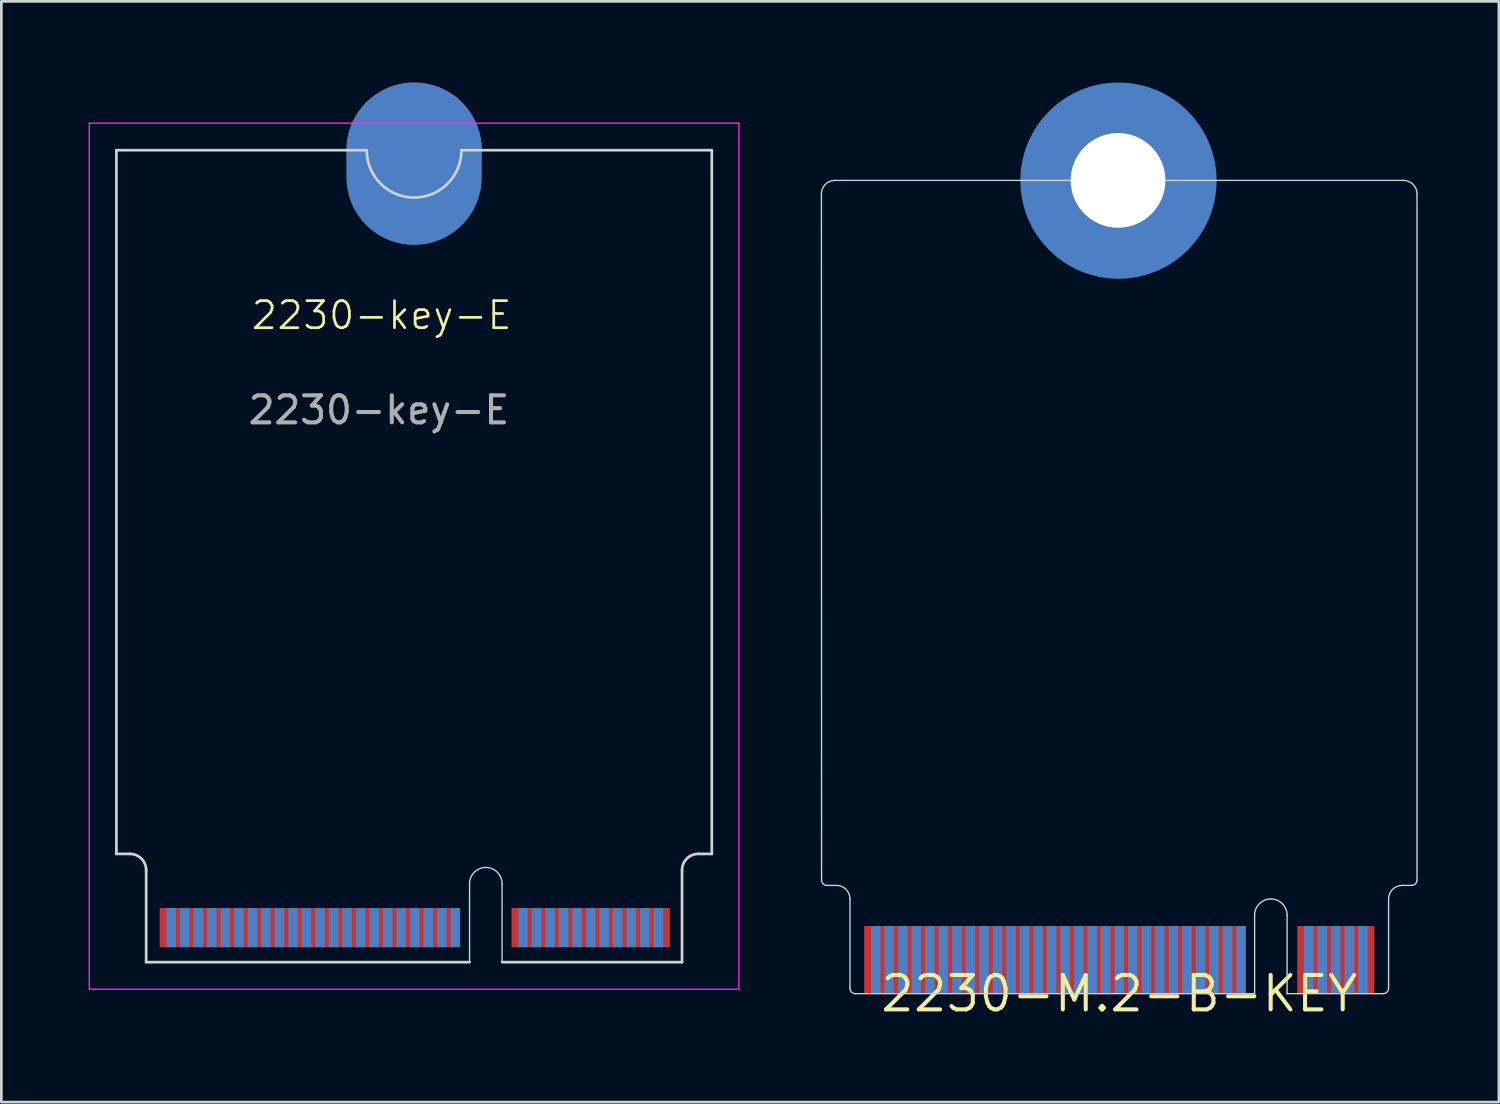
<source format=kicad_pcb>
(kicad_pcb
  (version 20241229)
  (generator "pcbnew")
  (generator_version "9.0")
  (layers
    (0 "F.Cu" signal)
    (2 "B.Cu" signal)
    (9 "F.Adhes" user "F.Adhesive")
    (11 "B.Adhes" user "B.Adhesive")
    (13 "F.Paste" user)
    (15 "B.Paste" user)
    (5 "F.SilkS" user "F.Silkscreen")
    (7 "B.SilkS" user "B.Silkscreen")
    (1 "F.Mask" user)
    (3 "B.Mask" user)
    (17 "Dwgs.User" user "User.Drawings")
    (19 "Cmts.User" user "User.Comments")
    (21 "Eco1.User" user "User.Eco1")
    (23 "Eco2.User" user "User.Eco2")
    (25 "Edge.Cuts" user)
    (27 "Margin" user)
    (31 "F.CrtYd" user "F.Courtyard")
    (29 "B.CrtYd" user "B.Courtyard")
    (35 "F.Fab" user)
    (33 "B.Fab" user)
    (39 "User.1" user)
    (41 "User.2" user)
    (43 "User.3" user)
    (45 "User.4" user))
  (footprint "2230-M.2-B-KEY"
    (layer "F.Cu")
    (at 38.306 33.665)
    (property "Reference" "2230-M.2-B-KEY" (at 0 0 0) (layer "F.SilkS") (effects (font (size 1.27 1.27) (thickness 0.15))))
    (fp_circle (center -0.03 -30.04) (end 2.97 -30.04) (stroke (width 1.25) (type solid)) (fill no) (layer "B.Cu"))
    (fp_line (start -11.006 -29.55) (end -11 -4.2) (stroke (width 0.05) (type solid)) (layer "Edge.Cuts"))
    (fp_line (start -10.8 -4) (end -10.45 -4) (stroke (width 0.05) (type solid)) (layer "Edge.Cuts"))
    (fp_line (start -10.5 -30.05) (end -10.506 -30.05) (stroke (width 0.05) (type default)) (layer "Edge.Cuts"))
    (fp_line (start -9.95 -3.5) (end -9.95 -0.2) (stroke (width 0.05) (type solid)) (layer "Edge.Cuts"))
    (fp_line (start -9.75 0) (end 5 0) (stroke (width 0.05) (type solid)) (layer "Edge.Cuts"))
    (fp_line (start 5 -2.9) (end 5 0) (stroke (width 0.05) (type solid)) (layer "Edge.Cuts"))
    (fp_line (start 6.2 -2.9) (end 6.2 0) (stroke (width 0.05) (type solid)) (layer "Edge.Cuts"))
    (fp_line (start 6.2 0) (end 9.75 0) (stroke (width 0.05) (type solid)) (layer "Edge.Cuts"))
    (fp_line (start 9.95 -0.2) (end 9.95 -3.5) (stroke (width 0.05) (type solid)) (layer "Edge.Cuts"))
    (fp_line (start 10.45 -4) (end 10.8 -4) (stroke (width 0.05) (type solid)) (layer "Edge.Cuts"))
    (fp_line (start 10.5 -30.05) (end -10.5 -30.05) (stroke (width 0.05) (type solid)) (layer "Edge.Cuts"))
    (fp_line (start 10.5 -30.05) (end 10.5 -30.05) (stroke (width 0.05) (type default)) (layer "Edge.Cuts"))
    (fp_line (start 11 -4.2) (end 11 -29.55) (stroke (width 0.05) (type solid)) (layer "Edge.Cuts"))
    (fp_arc (start -11.006444 -29.549872) (mid -10.86 -29.903553) (end -10.506447 -30.05) (stroke (width 0.05) (type solid)) (layer "Edge.Cuts"))
    (fp_arc (start -10.800001 -4) (mid -10.941421 -4.058579) (end -10.999997 -4.199949) (stroke (width 0.05) (type solid)) (layer "Edge.Cuts"))
    (fp_arc (start -10.450001 -4) (mid -10.096447 -3.853553) (end -9.95 -3.499999) (stroke (width 0.05) (type solid)) (layer "Edge.Cuts"))
    (fp_arc (start -9.749998 0) (mid -9.891421 -0.058579) (end -9.95 -0.200001) (stroke (width 0.05) (type solid)) (layer "Edge.Cuts"))
    (fp_arc (start 5 -2.9) (mid 5.175736 -3.324264) (end 5.6 -3.5) (stroke (width 0.05) (type solid)) (layer "Edge.Cuts"))
    (fp_arc (start 5.6 -3.5) (mid 6.024264 -3.324264) (end 6.2 -2.9) (stroke (width 0.05) (type solid)) (layer "Edge.Cuts"))
    (fp_arc (start 9.95 -3.5) (mid 10.096447 -3.853553) (end 10.45 -4) (stroke (width 0.05) (type solid)) (layer "Edge.Cuts"))
    (fp_arc (start 9.95 -0.2) (mid 9.891421 -0.058579) (end 9.75 0) (stroke (width 0.05) (type solid)) (layer "Edge.Cuts"))
    (fp_arc (start 10.5 -30.05) (mid 10.853553 -29.903553) (end 11 -29.55) (stroke (width 0.05) (type solid)) (layer "Edge.Cuts"))
    (fp_arc (start 11 -4.2) (mid 10.941421 -4.058579) (end 10.8 -4) (stroke (width 0.05) (type solid)) (layer "Edge.Cuts"))
    (pad "MOUNTING-HOLE" thru_hole circle (at -0.046 -30.05) (size 5.5 5.5) (drill 3.5) (layers "*.Cu" "*.Mask"))
    (pad "P$1" smd rect (at 9.25 -1.25) (size 0.35 2.5) (layers "F.Cu" "F.Mask" "F.Paste"))
    (pad "P$2" smd rect (at 9 -1.25) (size 0.35 2.5) (layers "B.Cu" "B.Mask" "B.Paste"))
    (pad "P$3" smd rect (at 8.75 -1.25) (size 0.35 2.5) (layers "F.Cu" "F.Mask" "F.Paste"))
    (pad "P$4" smd rect (at 8.5 -1.25) (size 0.35 2.5) (layers "B.Cu" "B.Mask" "B.Paste"))
    (pad "P$5" smd rect (at 8.25 -1.25) (size 0.35 2.5) (layers "F.Cu" "F.Mask" "F.Paste"))
    (pad "P$6" smd rect (at 8 -1.25) (size 0.35 2.5) (layers "B.Cu" "B.Mask" "B.Paste"))
    (pad "P$7" smd rect (at 7.75 -1.25) (size 0.35 2.5) (layers "F.Cu" "F.Mask" "F.Paste"))
    (pad "P$8" smd rect (at 7.5 -1.25) (size 0.35 2.5) (layers "B.Cu" "B.Mask" "B.Paste"))
    (pad "P$9" smd rect (at 7.25 -1.25) (size 0.35 2.5) (layers "F.Cu" "F.Mask" "F.Paste"))
    (pad "P$10" smd rect (at 7 -1.25) (size 0.35 2.5) (layers "B.Cu" "B.Mask" "B.Paste"))
    (pad "P$11" smd rect (at 6.75 -1.25) (size 0.35 2.5) (layers "F.Cu" "F.Mask" "F.Paste"))
    (pad "P$20" smd rect (at 4.5 -1.25) (size 0.35 2.5) (layers "B.Cu" "B.Mask" "B.Paste"))
    (pad "P$21" smd rect (at 4.25 -1.25) (size 0.35 2.5) (layers "F.Cu" "F.Mask" "F.Paste"))
    (pad "P$22" smd rect (at 4 -1.25) (size 0.35 2.5) (layers "B.Cu" "B.Mask" "B.Paste"))
    (pad "P$23" smd rect (at 3.75 -1.25) (size 0.35 2.5) (layers "F.Cu" "F.Mask" "F.Paste"))
    (pad "P$24" smd rect (at 3.5 -1.25) (size 0.35 2.5) (layers "B.Cu" "B.Mask" "B.Paste"))
    (pad "P$25" smd rect (at 3.25 -1.25) (size 0.35 2.5) (layers "F.Cu" "F.Mask" "F.Paste"))
    (pad "P$26" smd rect (at 3 -1.25) (size 0.35 2.5) (layers "B.Cu" "B.Mask" "B.Paste"))
    (pad "P$27" smd rect (at 2.75 -1.25) (size 0.35 2.5) (layers "F.Cu" "F.Mask" "F.Paste"))
    (pad "P$28" smd rect (at 2.5 -1.25) (size 0.35 2.5) (layers "B.Cu" "B.Mask" "B.Paste"))
    (pad "P$29" smd rect (at 2.25 -1.25) (size 0.35 2.5) (layers "F.Cu" "F.Mask" "F.Paste"))
    (pad "P$30" smd rect (at 2 -1.25) (size 0.35 2.5) (layers "B.Cu" "B.Mask" "B.Paste"))
    (pad "P$31" smd rect (at 1.75 -1.25) (size 0.35 2.5) (layers "F.Cu" "F.Mask" "F.Paste"))
    (pad "P$32" smd rect (at 1.5 -1.25) (size 0.35 2.5) (layers "B.Cu" "B.Mask" "B.Paste"))
    (pad "P$33" smd rect (at 1.25 -1.25) (size 0.35 2.5) (layers "F.Cu" "F.Mask" "F.Paste"))
    (pad "P$34" smd rect (at 1 -1.25) (size 0.35 2.5) (layers "B.Cu" "B.Mask" "B.Paste"))
    (pad "P$35" smd rect (at 0.75 -1.25) (size 0.35 2.5) (layers "F.Cu" "F.Mask" "F.Paste"))
    (pad "P$36" smd rect (at 0.5 -1.25) (size 0.35 2.5) (layers "B.Cu" "B.Mask" "B.Paste"))
    (pad "P$37" smd rect (at 0.25 -1.25) (size 0.35 2.5) (layers "F.Cu" "F.Mask" "F.Paste"))
    (pad "P$38" smd rect (at 0 -1.25) (size 0.35 2.5) (layers "B.Cu" "B.Mask" "B.Paste"))
    (pad "P$39" smd rect (at -0.25 -1.25) (size 0.35 2.5) (layers "F.Cu" "F.Mask" "F.Paste"))
    (pad "P$40" smd rect (at -0.5 -1.25) (size 0.35 2.5) (layers "B.Cu" "B.Mask" "B.Paste"))
    (pad "P$41" smd rect (at -0.75 -1.25) (size 0.35 2.5) (layers "F.Cu" "F.Mask" "F.Paste"))
    (pad "P$42" smd rect (at -1 -1.25) (size 0.35 2.5) (layers "B.Cu" "B.Mask" "B.Paste"))
    (pad "P$43" smd rect (at -1.25 -1.25) (size 0.35 2.5) (layers "F.Cu" "F.Mask" "F.Paste"))
    (pad "P$44" smd rect (at -1.5 -1.25) (size 0.35 2.5) (layers "B.Cu" "B.Mask" "B.Paste"))
    (pad "P$45" smd rect (at -1.75 -1.25) (size 0.35 2.5) (layers "F.Cu" "F.Mask" "F.Paste"))
    (pad "P$46" smd rect (at -2 -1.25) (size 0.35 2.5) (layers "B.Cu" "B.Mask" "B.Paste"))
    (pad "P$47" smd rect (at -2.25 -1.25) (size 0.35 2.5) (layers "F.Cu" "F.Mask" "F.Paste"))
    (pad "P$48" smd rect (at -2.5 -1.25) (size 0.35 2.5) (layers "B.Cu" "B.Mask" "B.Paste"))
    (pad "P$49" smd rect (at -2.75 -1.25) (size 0.35 2.5) (layers "F.Cu" "F.Mask" "F.Paste"))
    (pad "P$50" smd rect (at -3 -1.25) (size 0.35 2.5) (layers "B.Cu" "B.Mask" "B.Paste"))
    (pad "P$51" smd rect (at -3.25 -1.25) (size 0.35 2.5) (layers "F.Cu" "F.Mask" "F.Paste"))
    (pad "P$52" smd rect (at -3.5 -1.25) (size 0.35 2.5) (layers "B.Cu" "B.Mask" "B.Paste"))
    (pad "P$53" smd rect (at -3.75 -1.25) (size 0.35 2.5) (layers "F.Cu" "F.Mask" "F.Paste"))
    (pad "P$54" smd rect (at -4 -1.25) (size 0.35 2.5) (layers "B.Cu" "B.Mask" "B.Paste"))
    (pad "P$55" smd rect (at -4.25 -1.25) (size 0.35 2.5) (layers "F.Cu" "F.Mask" "F.Paste"))
    (pad "P$56" smd rect (at -4.5 -1.25) (size 0.35 2.5) (layers "B.Cu" "B.Mask" "B.Paste"))
    (pad "P$57" smd rect (at -4.75 -1.25) (size 0.35 2.5) (layers "F.Cu" "F.Mask" "F.Paste"))
    (pad "P$58" smd rect (at -5 -1.25) (size 0.35 2.5) (layers "B.Cu" "B.Mask" "B.Paste"))
    (pad "P$59" smd rect (at -5.25 -1.25) (size 0.35 2.5) (layers "F.Cu" "F.Mask" "F.Paste"))
    (pad "P$60" smd rect (at -5.5 -1.25) (size 0.35 2.5) (layers "B.Cu" "B.Mask" "B.Paste"))
    (pad "P$61" smd rect (at -5.75 -1.25) (size 0.35 2.5) (layers "F.Cu" "F.Mask" "F.Paste"))
    (pad "P$62" smd rect (at -6 -1.25) (size 0.35 2.5) (layers "B.Cu" "B.Mask" "B.Paste"))
    (pad "P$63" smd rect (at -6.25 -1.25) (size 0.35 2.5) (layers "F.Cu" "F.Mask" "F.Paste"))
    (pad "P$64" smd rect (at -6.5 -1.25) (size 0.35 2.5) (layers "B.Cu" "B.Mask" "B.Paste"))
    (pad "P$65" smd rect (at -6.75 -1.25) (size 0.35 2.5) (layers "F.Cu" "F.Mask" "F.Paste"))
    (pad "P$66" smd rect (at -7 -1.25) (size 0.35 2.5) (layers "B.Cu" "B.Mask" "B.Paste"))
    (pad "P$67" smd rect (at -7.25 -1.25) (size 0.35 2.5) (layers "F.Cu" "F.Mask" "F.Paste"))
    (pad "P$68" smd rect (at -7.5 -1.25) (size 0.35 2.5) (layers "B.Cu" "B.Mask" "B.Paste"))
    (pad "P$69" smd rect (at -7.75 -1.25) (size 0.35 2.5) (layers "F.Cu" "F.Mask" "F.Paste"))
    (pad "P$70" smd rect (at -8 -1.25) (size 0.35 2.5) (layers "B.Cu" "B.Mask" "B.Paste"))
    (pad "P$71" smd rect (at -8.25 -1.25) (size 0.35 2.5) (layers "F.Cu" "F.Mask" "F.Paste"))
    (pad "P$72" smd rect (at -8.5 -1.25) (size 0.35 2.5) (layers "B.Cu" "B.Mask" "B.Paste"))
    (pad "P$73" smd rect (at -8.75 -1.25) (size 0.35 2.5) (layers "F.Cu" "F.Mask" "F.Paste"))
    (pad "P$74" smd rect (at -9 -1.25) (size 0.35 2.5) (layers "B.Cu" "B.Mask" "B.Paste"))
    (pad "P$75" smd rect (at -9.25 -1.25) (size 0.35 2.5) (layers "F.Cu" "F.Mask" "F.Paste")))
  (footprint "2230-key-E"
    (layer "F.Cu")
    (at 0.25 1.5)
    (property "Reference" "2230-key-E" (at 10.8 7.1 0) (unlocked yes) (layer "F.SilkS") (effects (font (size 1 1) (thickness 0.1))))
    (attr smd)
    (fp_line (start 1 1) (end 1 27) (stroke (width 0.1) (type default)) (layer "Edge.Cuts"))
    (fp_line (start 1 1) (end 10.25 1) (stroke (width 0.1) (type default)) (layer "Edge.Cuts"))
    (fp_line (start 1 27) (end 1.5 27) (stroke (width 0.1) (type default)) (layer "Edge.Cuts"))
    (fp_line (start 2.1 27.6) (end 2.1 31) (stroke (width 0.1) (type default)) (layer "Edge.Cuts"))
    (fp_line (start 2.1 31) (end 14.05 31) (stroke (width 0.1) (type default)) (layer "Edge.Cuts"))
    (fp_line (start 14.05 31) (end 14.05 28.1) (stroke (width 0.05) (type default)) (layer "Edge.Cuts"))
    (fp_line (start 15.25 28.1) (end 15.25 31) (stroke (width 0.05) (type default)) (layer "Edge.Cuts"))
    (fp_line (start 15.25 31) (end 21.9 31) (stroke (width 0.1) (type default)) (layer "Edge.Cuts"))
    (fp_line (start 21.9 27.6) (end 21.9 31) (stroke (width 0.1) (type default)) (layer "Edge.Cuts"))
    (fp_line (start 23 1) (end 13.75 1) (stroke (width 0.1) (type default)) (layer "Edge.Cuts"))
    (fp_line (start 23 1) (end 23 27) (stroke (width 0.1) (type default)) (layer "Edge.Cuts"))
    (fp_line (start 23 27) (end 22.5 27) (stroke (width 0.1) (type default)) (layer "Edge.Cuts"))
    (fp_arc (start 1.5 27) (mid 1.924264 27.175736) (end 2.1 27.6) (stroke (width 0.1) (type default)) (layer "Edge.Cuts"))
    (fp_arc (start 13.75 1) (mid 12 2.75) (end 10.25 1) (stroke (width 0.1) (type default)) (layer "Edge.Cuts"))
    (fp_arc (start 14.05 28.1) (mid 14.65 27.5) (end 15.25 28.1) (stroke (width 0.05) (type default)) (layer "Edge.Cuts"))
    (fp_arc (start 21.9 27.6) (mid 22.075736 27.175736) (end 22.5 27) (stroke (width 0.1) (type default)) (layer "Edge.Cuts"))
    (fp_line (start 0 0) (end 0 32) (stroke (width 0.05) (type default)) (layer "F.CrtYd"))
    (fp_line (start 0 32) (end 24 32) (stroke (width 0.05) (type default)) (layer "F.CrtYd"))
    (fp_line (start 24 0) (end 0 0) (stroke (width 0.05) (type default)) (layer "F.CrtYd"))
    (fp_line (start 24 32) (end 24 0) (stroke (width 0.05) (type default)) (layer "F.CrtYd"))
    (fp_text user "${REFERENCE}" (at 10.7 10.6 0) (unlocked yes) (layer "F.Fab") (effects (font (size 1 1) (thickness 0.15))))
    (pad "1" connect rect (at 21.275 29.725) (size 0.35 1.45) (layers "F.Cu" "F.Mask"))
    (pad "2" connect rect (at 21.025 29.725) (size 0.35 1.45) (layers "B.Cu" "B.Mask"))
    (pad "3" connect rect (at 20.775 29.725) (size 0.35 1.45) (layers "F.Cu" "F.Mask"))
    (pad "4" connect rect (at 20.525 29.725) (size 0.35 1.45) (layers "B.Cu" "B.Mask"))
    (pad "5" connect rect (at 20.275 29.725) (size 0.35 1.45) (layers "F.Cu" "F.Mask"))
    (pad "6" connect rect (at 20.025 29.725) (size 0.35 1.45) (layers "B.Cu" "B.Mask"))
    (pad "7" connect rect (at 19.775 29.725) (size 0.35 1.45) (layers "F.Cu" "F.Mask"))
    (pad "8" connect rect (at 19.525 29.725) (size 0.35 1.45) (layers "B.Cu" "B.Mask"))
    (pad "9" connect rect (at 19.275 29.725) (size 0.35 1.45) (layers "F.Cu" "F.Mask"))
    (pad "10" connect rect (at 19.025 29.725) (size 0.35 1.45) (layers "B.Cu" "B.Mask"))
    (pad "11" connect rect (at 18.775 29.725) (size 0.35 1.45) (layers "F.Cu" "F.Mask"))
    (pad "12" connect rect (at 18.525 29.725) (size 0.35 1.45) (layers "B.Cu" "B.Mask"))
    (pad "13" connect rect (at 18.275 29.725) (size 0.35 1.45) (layers "F.Cu" "F.Mask"))
    (pad "14" connect rect (at 18.025 29.725) (size 0.35 1.45) (layers "B.Cu" "B.Mask"))
    (pad "15" connect rect (at 17.775 29.725) (size 0.35 1.45) (layers "F.Cu" "F.Mask"))
    (pad "16" connect rect (at 17.525 29.725) (size 0.35 1.45) (layers "B.Cu" "B.Mask"))
    (pad "17" connect rect (at 17.275 29.725) (size 0.35 1.45) (layers "F.Cu" "F.Mask"))
    (pad "18" connect rect (at 17.025 29.725) (size 0.35 1.45) (layers "B.Cu" "B.Mask"))
    (pad "19" connect rect (at 16.775 29.725) (size 0.35 1.45) (layers "F.Cu" "F.Mask"))
    (pad "20" connect rect (at 16.525 29.725) (size 0.35 1.45) (layers "B.Cu" "B.Mask"))
    (pad "21" connect rect (at 16.275 29.725) (size 0.35 1.45) (layers "F.Cu" "F.Mask"))
    (pad "22" connect rect (at 16.025 29.725) (size 0.35 1.45) (layers "B.Cu" "B.Mask"))
    (pad "23" connect rect (at 15.775 29.725) (size 0.35 1.45) (layers "F.Cu" "F.Mask"))
    (pad "32" connect rect (at 13.525 29.725) (size 0.35 1.45) (layers "B.Cu" "B.Mask"))
    (pad "33" connect rect (at 13.275 29.725) (size 0.35 1.45) (layers "F.Cu" "F.Mask"))
    (pad "34" connect rect (at 13.025 29.725) (size 0.35 1.45) (layers "B.Cu" "B.Mask"))
    (pad "35" connect rect (at 12.775 29.725) (size 0.35 1.45) (layers "F.Cu" "F.Mask"))
    (pad "36" connect rect (at 12.525 29.725) (size 0.35 1.45) (layers "B.Cu" "B.Mask"))
    (pad "37" connect rect (at 12.275 29.725) (size 0.35 1.45) (layers "F.Cu" "F.Mask"))
    (pad "38" connect rect (at 12.025 29.725) (size 0.35 1.45) (layers "B.Cu" "B.Mask"))
    (pad "39" connect rect (at 11.775 29.725) (size 0.35 1.45) (layers "F.Cu" "F.Mask"))
    (pad "40" connect rect (at 11.525 29.725) (size 0.35 1.45) (layers "B.Cu" "B.Mask"))
    (pad "41" connect rect (at 11.275 29.725) (size 0.35 1.45) (layers "F.Cu" "F.Mask"))
    (pad "42" connect rect (at 11.025 29.725) (size 0.35 1.45) (layers "B.Cu" "B.Mask"))
    (pad "43" connect rect (at 10.775 29.725) (size 0.35 1.45) (layers "F.Cu" "F.Mask"))
    (pad "44" connect rect (at 10.525 29.725) (size 0.35 1.45) (layers "B.Cu" "B.Mask"))
    (pad "45" connect rect (at 10.275 29.725) (size 0.35 1.45) (layers "F.Cu" "F.Mask"))
    (pad "46" connect rect (at 10.025 29.725) (size 0.35 1.45) (layers "B.Cu" "B.Mask"))
    (pad "47" connect rect (at 9.775 29.725) (size 0.35 1.45) (layers "F.Cu" "F.Mask"))
    (pad "48" connect rect (at 9.525 29.725) (size 0.35 1.45) (layers "B.Cu" "B.Mask"))
    (pad "49" connect rect (at 9.275 29.725) (size 0.35 1.45) (layers "F.Cu" "F.Mask"))
    (pad "50" connect rect (at 9.025 29.725) (size 0.35 1.45) (layers "B.Cu" "B.Mask"))
    (pad "51" connect rect (at 8.775 29.725) (size 0.35 1.45) (layers "F.Cu" "F.Mask"))
    (pad "52" connect rect (at 8.525 29.725) (size 0.35 1.45) (layers "B.Cu" "B.Mask"))
    (pad "53" connect rect (at 8.275 29.725) (size 0.35 1.45) (layers "F.Cu" "F.Mask"))
    (pad "54" connect rect (at 8.025 29.725) (size 0.35 1.45) (layers "B.Cu" "B.Mask"))
    (pad "55" connect rect (at 7.775 29.725) (size 0.35 1.45) (layers "F.Cu" "F.Mask"))
    (pad "56" connect rect (at 7.525 29.725) (size 0.35 1.45) (layers "B.Cu" "B.Mask"))
    (pad "57" connect rect (at 7.275 29.725) (size 0.35 1.45) (layers "F.Cu" "F.Mask"))
    (pad "58" connect rect (at 7.025 29.725) (size 0.35 1.45) (layers "B.Cu" "B.Mask"))
    (pad "59" connect rect (at 6.775 29.725) (size 0.35 1.45) (layers "F.Cu" "F.Mask"))
    (pad "60" connect rect (at 6.525 29.725) (size 0.35 1.45) (layers "B.Cu" "B.Mask"))
    (pad "61" connect rect (at 6.275 29.725) (size 0.35 1.45) (layers "F.Cu" "F.Mask"))
    (pad "62" connect rect (at 6.025 29.725) (size 0.35 1.45) (layers "B.Cu" "B.Mask"))
    (pad "63" connect rect (at 5.775 29.725) (size 0.35 1.45) (layers "F.Cu" "F.Mask"))
    (pad "64" connect rect (at 5.525 29.725) (size 0.35 1.45) (layers "B.Cu" "B.Mask"))
    (pad "65" connect rect (at 5.275 29.725) (size 0.35 1.45) (layers "F.Cu" "F.Mask"))
    (pad "66" connect rect (at 5.025 29.725) (size 0.35 1.45) (layers "B.Cu" "B.Mask"))
    (pad "67" connect rect (at 4.775 29.725) (size 0.35 1.45) (layers "F.Cu" "F.Mask"))
    (pad "68" connect rect (at 4.525 29.725) (size 0.35 1.45) (layers "B.Cu" "B.Mask"))
    (pad "69" connect rect (at 4.275 29.725) (size 0.35 1.45) (layers "F.Cu" "F.Mask"))
    (pad "70" connect rect (at 4.025 29.725) (size 0.35 1.45) (layers "B.Cu" "B.Mask"))
    (pad "71" connect rect (at 3.775 29.725) (size 0.35 1.45) (layers "F.Cu" "F.Mask"))
    (pad "72" connect rect (at 3.525 29.725) (size 0.35 1.45) (layers "B.Cu" "B.Mask"))
    (pad "73" connect rect (at 3.275 29.725) (size 0.35 1.45) (layers "F.Cu" "F.Mask"))
    (pad "74" connect rect (at 3.025 29.725) (size 0.35 1.45) (layers "B.Cu" "B.Mask"))
    (pad "75" connect rect (at 2.775 29.725) (size 0.35 1.45) (layers "F.Cu" "F.Mask"))
    (pad "76" connect circle (at 12 1) (size 5 5) (layers "F.Cu" "F.Mask"))
    (pad "77" connect oval (at 12 1.5) (size 5 6) (layers "B.Cu" "B.Mask")))
  (gr_rect
    (start -3 -3)
    (end 52.331 37.671)
    (stroke (width 0.1) (type default))
    (fill no)
    (layer "Edge.Cuts")))
</source>
